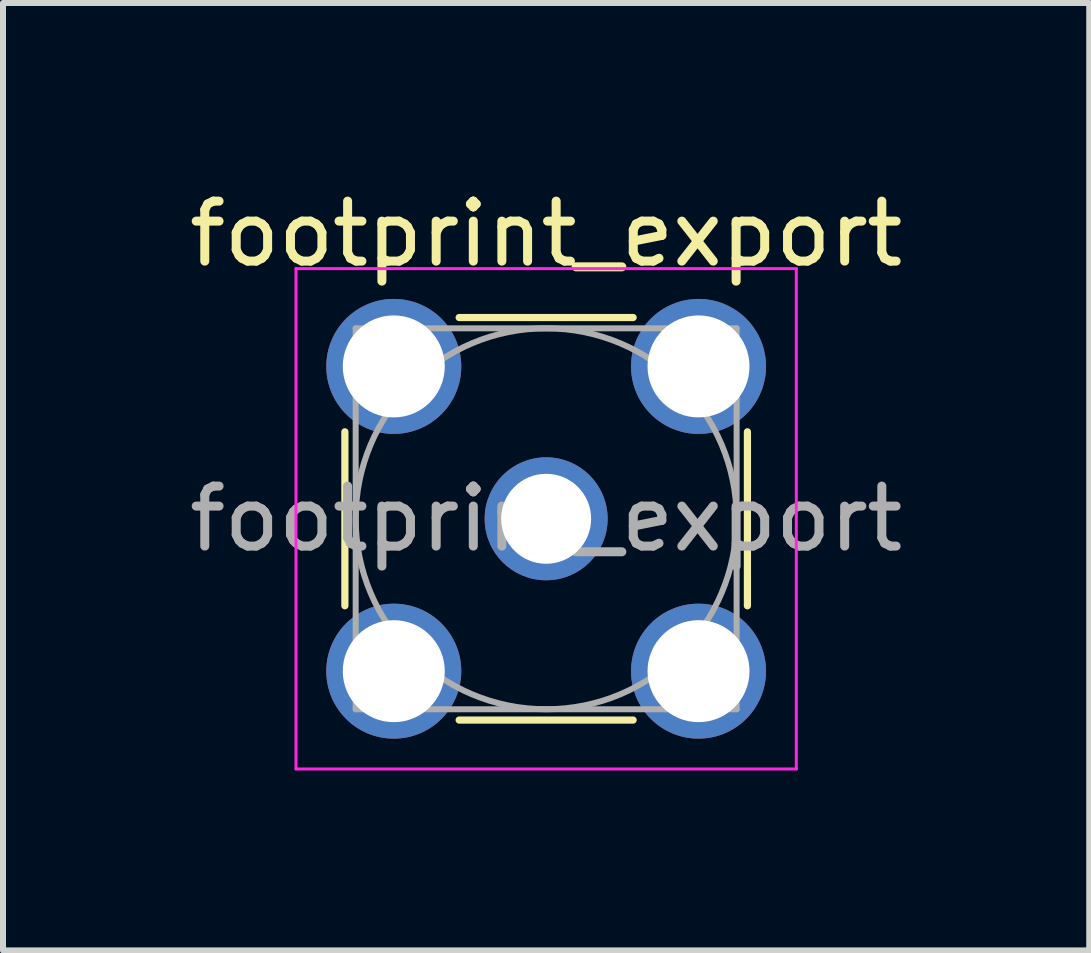
<source format=kicad_pcb>
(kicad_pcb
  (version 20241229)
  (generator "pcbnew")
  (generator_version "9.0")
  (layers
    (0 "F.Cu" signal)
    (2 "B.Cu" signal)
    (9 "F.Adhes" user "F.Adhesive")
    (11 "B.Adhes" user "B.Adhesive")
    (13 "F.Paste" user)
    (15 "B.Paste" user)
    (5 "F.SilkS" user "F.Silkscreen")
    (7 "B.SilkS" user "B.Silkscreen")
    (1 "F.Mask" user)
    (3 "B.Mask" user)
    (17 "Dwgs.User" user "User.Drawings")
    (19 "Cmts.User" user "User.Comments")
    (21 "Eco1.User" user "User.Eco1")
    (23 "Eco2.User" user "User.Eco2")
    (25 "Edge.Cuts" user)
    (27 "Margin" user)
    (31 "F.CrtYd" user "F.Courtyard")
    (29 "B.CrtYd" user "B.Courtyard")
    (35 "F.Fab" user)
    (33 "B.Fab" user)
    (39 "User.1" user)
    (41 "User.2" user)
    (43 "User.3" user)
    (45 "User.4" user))
  (footprint "footprint_export"
    (layer "F.Cu")
    (at 6.054 5.598)
    (property "Reference" "footprint_export" (at 0 -4.75 0) (layer "F.SilkS") (effects (font (size 1 1) (thickness 0.15))))
    (attr through_hole)
    (fp_line (start -3.355 -1.45) (end -3.355 1.45) (stroke (width 0.12) (type solid)) (layer "F.SilkS"))
    (fp_line (start -1.45 -3.355) (end 1.45 -3.355) (stroke (width 0.12) (type solid)) (layer "F.SilkS"))
    (fp_line (start -1.45 3.355) (end 1.45 3.355) (stroke (width 0.12) (type solid)) (layer "F.SilkS"))
    (fp_line (start 3.355 -1.45) (end 3.355 1.45) (stroke (width 0.12) (type solid)) (layer "F.SilkS"))
    (fp_line (start -4.17 -4.17) (end -4.17 4.17) (stroke (width 0.05) (type solid)) (layer "F.CrtYd"))
    (fp_line (start -4.17 -4.17) (end 4.17 -4.17) (stroke (width 0.05) (type solid)) (layer "F.CrtYd"))
    (fp_line (start 4.17 4.17) (end -4.17 4.17) (stroke (width 0.05) (type solid)) (layer "F.CrtYd"))
    (fp_line (start 4.17 4.17) (end 4.17 -4.17) (stroke (width 0.05) (type solid)) (layer "F.CrtYd"))
    (fp_line (start -3.175 -3.175) (end -3.175 3.175) (stroke (width 0.1) (type solid)) (layer "F.Fab"))
    (fp_line (start -3.175 -3.175) (end 3.175 -3.175) (stroke (width 0.1) (type solid)) (layer "F.Fab"))
    (fp_line (start -3.175 3.175) (end 3.175 3.175) (stroke (width 0.1) (type solid)) (layer "F.Fab"))
    (fp_line (start 3.175 -3.175) (end 3.175 3.175) (stroke (width 0.1) (type solid)) (layer "F.Fab"))
    (fp_circle (center 0 0) (end 3.175 0) (stroke (width 0.1) (type solid)) (fill no) (layer "F.Fab"))
    (fp_text user "${REFERENCE}" (at 0 0 0) (layer "F.Fab") (effects (font (size 1 1) (thickness 0.15))))
    (pad "1" thru_hole circle (at 0 0) (size 2.05 2.05) (drill 1.5) (layers "*.Cu" "*.Mask"))
    (pad "2" thru_hole circle (at -2.54 -2.54) (size 2.25 2.25) (drill 1.7) (layers "*.Cu" "*.Mask"))
    (pad "2" thru_hole circle (at -2.54 2.54) (size 2.25 2.25) (drill 1.7) (layers "*.Cu" "*.Mask"))
    (pad "2" thru_hole circle (at 2.54 -2.54) (size 2.25 2.25) (drill 1.7) (layers "*.Cu" "*.Mask"))
    (pad "2" thru_hole circle (at 2.54 2.54) (size 2.25 2.25) (drill 1.7) (layers "*.Cu" "*.Mask")))
  (gr_rect
    (start -3 -3)
    (end 15.107 12.793)
    (stroke (width 0.1) (type default))
    (fill no)
    (layer "Edge.Cuts")))
</source>
